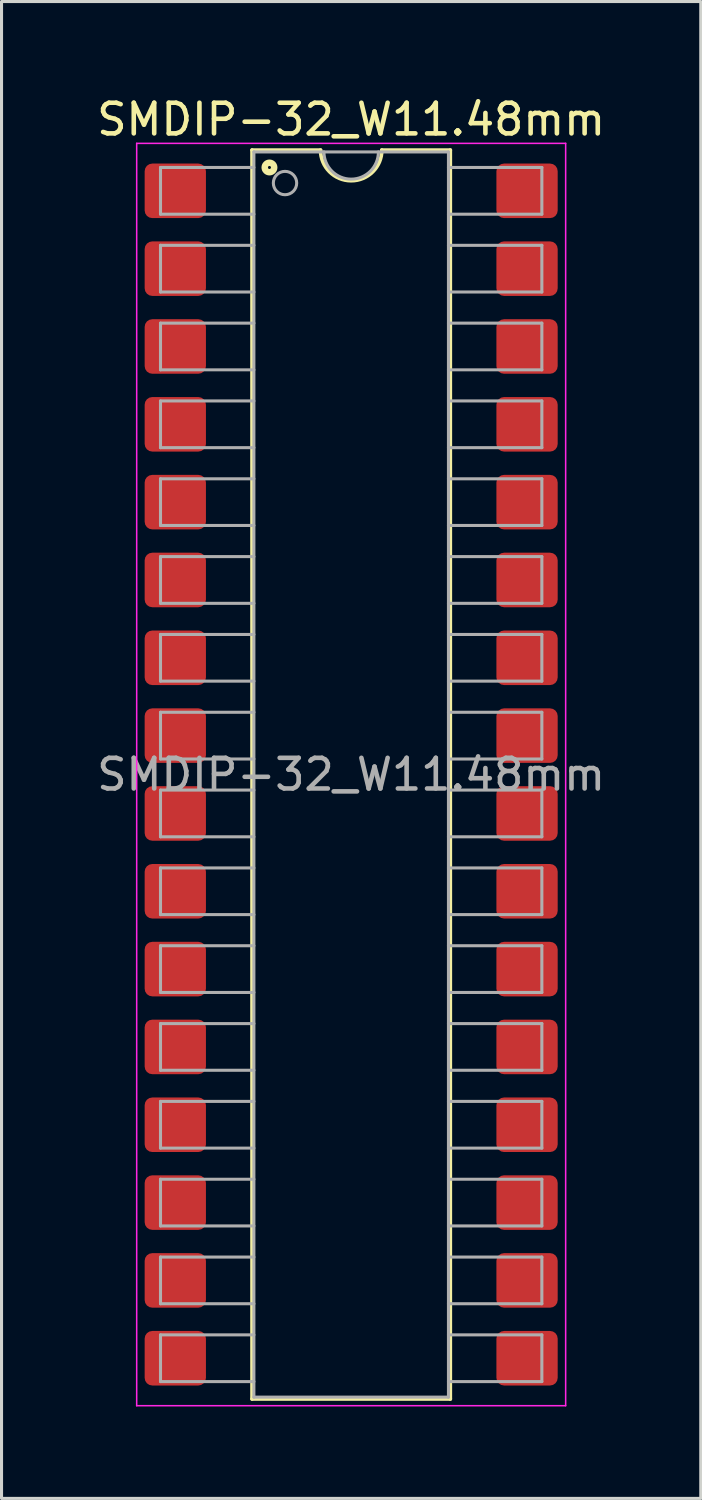
<source format=kicad_pcb>
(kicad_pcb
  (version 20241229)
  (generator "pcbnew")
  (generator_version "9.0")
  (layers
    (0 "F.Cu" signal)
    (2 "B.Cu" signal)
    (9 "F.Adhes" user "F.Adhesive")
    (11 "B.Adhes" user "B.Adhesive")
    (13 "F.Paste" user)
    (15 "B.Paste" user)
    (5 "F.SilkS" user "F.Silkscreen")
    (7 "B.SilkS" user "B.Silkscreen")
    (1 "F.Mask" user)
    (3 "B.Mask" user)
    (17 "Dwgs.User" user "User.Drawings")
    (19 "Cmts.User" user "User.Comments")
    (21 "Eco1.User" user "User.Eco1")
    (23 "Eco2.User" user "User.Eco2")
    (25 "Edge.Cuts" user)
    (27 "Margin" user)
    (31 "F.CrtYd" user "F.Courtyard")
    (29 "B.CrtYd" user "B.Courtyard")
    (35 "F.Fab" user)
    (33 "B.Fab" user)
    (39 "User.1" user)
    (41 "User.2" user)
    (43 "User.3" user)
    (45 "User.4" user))
  (footprint "SMDIP-32_W11.48mm"
    (layer "F.Cu")
    (at 8.411 22.228)
    (property "Reference" "SMDIP-32_W11.48mm" (at 0 -21.38 0) (layer "F.SilkS") (effects (font (size 1 1) (thickness 0.15))))
    (attr smd)
    (fp_line (start -3.235 -20.38) (end -3.235 20.38) (stroke (width 0.12) (type solid)) (layer "F.SilkS"))
    (fp_line (start -3.235 20.38) (end 3.235 20.38) (stroke (width 0.12) (type solid)) (layer "F.SilkS"))
    (fp_line (start -1 -20.38) (end -3.235 -20.38) (stroke (width 0.12) (type solid)) (layer "F.SilkS"))
    (fp_line (start 3.235 -20.38) (end 1 -20.38) (stroke (width 0.12) (type solid)) (layer "F.SilkS"))
    (fp_line (start 3.235 20.38) (end 3.235 -20.38) (stroke (width 0.12) (type solid)) (layer "F.SilkS"))
    (fp_arc (start 1 -20.38) (mid 0 -19.38) (end -1 -20.38) (stroke (width 0.12) (type solid)) (layer "F.SilkS"))
    (fp_circle (center -2.667 -19.812) (end -2.617 -19.812) (stroke (width 0.12) (type solid)) (fill no) (layer "F.SilkS"))
    (fp_circle (center -2.667 -19.812) (end -2.542 -19.812) (stroke (width 0.12) (type solid)) (fill no) (layer "F.SilkS"))
    (fp_circle (center -2.667 -19.812) (end -2.467 -19.812) (stroke (width 0.12) (type solid)) (fill no) (layer "F.SilkS"))
    (fp_line (start -7 -20.6) (end -7 20.6) (stroke (width 0.05) (type solid)) (layer "F.CrtYd"))
    (fp_line (start -7 20.6) (end 7 20.6) (stroke (width 0.05) (type solid)) (layer "F.CrtYd"))
    (fp_line (start 7 -20.6) (end -7 -20.6) (stroke (width 0.05) (type solid)) (layer "F.CrtYd"))
    (fp_line (start 7 20.6) (end 7 -20.6) (stroke (width 0.05) (type solid)) (layer "F.CrtYd"))
    (fp_line (start -6.223 -19.812) (end -6.223 -18.288) (stroke (width 0.1) (type solid)) (layer "F.Fab"))
    (fp_line (start -6.223 -19.812) (end -3.175 -19.812) (stroke (width 0.1) (type solid)) (layer "F.Fab"))
    (fp_line (start -6.223 -18.288) (end -3.175 -18.288) (stroke (width 0.1) (type solid)) (layer "F.Fab"))
    (fp_line (start -6.223 -17.272) (end -6.223 -15.748) (stroke (width 0.1) (type solid)) (layer "F.Fab"))
    (fp_line (start -6.223 -17.272) (end -3.175 -17.272) (stroke (width 0.1) (type solid)) (layer "F.Fab"))
    (fp_line (start -6.223 -15.748) (end -3.175 -15.748) (stroke (width 0.1) (type solid)) (layer "F.Fab"))
    (fp_line (start -6.223 -14.732) (end -6.223 -13.208) (stroke (width 0.1) (type solid)) (layer "F.Fab"))
    (fp_line (start -6.223 -14.732) (end -3.175 -14.732) (stroke (width 0.1) (type solid)) (layer "F.Fab"))
    (fp_line (start -6.223 -13.208) (end -3.175 -13.208) (stroke (width 0.1) (type solid)) (layer "F.Fab"))
    (fp_line (start -6.223 -12.192) (end -6.223 -10.668) (stroke (width 0.1) (type solid)) (layer "F.Fab"))
    (fp_line (start -6.223 -12.192) (end -3.175 -12.192) (stroke (width 0.1) (type solid)) (layer "F.Fab"))
    (fp_line (start -6.223 -10.668) (end -3.175 -10.668) (stroke (width 0.1) (type solid)) (layer "F.Fab"))
    (fp_line (start -6.223 -9.652) (end -6.223 -8.128) (stroke (width 0.1) (type solid)) (layer "F.Fab"))
    (fp_line (start -6.223 -9.652) (end -3.175 -9.652) (stroke (width 0.1) (type solid)) (layer "F.Fab"))
    (fp_line (start -6.223 -8.128) (end -3.175 -8.128) (stroke (width 0.1) (type solid)) (layer "F.Fab"))
    (fp_line (start -6.223 -7.112) (end -6.223 -5.588) (stroke (width 0.1) (type solid)) (layer "F.Fab"))
    (fp_line (start -6.223 -7.112) (end -3.175 -7.112) (stroke (width 0.1) (type solid)) (layer "F.Fab"))
    (fp_line (start -6.223 -5.588) (end -3.175 -5.588) (stroke (width 0.1) (type solid)) (layer "F.Fab"))
    (fp_line (start -6.223 -4.572) (end -6.223 -3.048) (stroke (width 0.1) (type solid)) (layer "F.Fab"))
    (fp_line (start -6.223 -4.572) (end -3.175 -4.572) (stroke (width 0.1) (type solid)) (layer "F.Fab"))
    (fp_line (start -6.223 -3.048) (end -3.175 -3.048) (stroke (width 0.1) (type solid)) (layer "F.Fab"))
    (fp_line (start -6.223 -2.032) (end -6.223 -0.508) (stroke (width 0.1) (type solid)) (layer "F.Fab"))
    (fp_line (start -6.223 -2.032) (end -3.175 -2.032) (stroke (width 0.1) (type solid)) (layer "F.Fab"))
    (fp_line (start -6.223 -0.508) (end -3.175 -0.508) (stroke (width 0.1) (type solid)) (layer "F.Fab"))
    (fp_line (start -6.223 0.508) (end -6.223 2.032) (stroke (width 0.1) (type solid)) (layer "F.Fab"))
    (fp_line (start -6.223 0.508) (end -3.175 0.508) (stroke (width 0.1) (type solid)) (layer "F.Fab"))
    (fp_line (start -6.223 2.032) (end -3.175 2.032) (stroke (width 0.1) (type solid)) (layer "F.Fab"))
    (fp_line (start -6.223 3.048) (end -6.223 4.572) (stroke (width 0.1) (type solid)) (layer "F.Fab"))
    (fp_line (start -6.223 3.048) (end -3.175 3.048) (stroke (width 0.1) (type solid)) (layer "F.Fab"))
    (fp_line (start -6.223 4.572) (end -3.175 4.572) (stroke (width 0.1) (type solid)) (layer "F.Fab"))
    (fp_line (start -6.223 5.588) (end -6.223 7.112) (stroke (width 0.1) (type solid)) (layer "F.Fab"))
    (fp_line (start -6.223 5.588) (end -3.175 5.588) (stroke (width 0.1) (type solid)) (layer "F.Fab"))
    (fp_line (start -6.223 7.112) (end -3.175 7.112) (stroke (width 0.1) (type solid)) (layer "F.Fab"))
    (fp_line (start -6.223 8.128) (end -6.223 9.652) (stroke (width 0.1) (type solid)) (layer "F.Fab"))
    (fp_line (start -6.223 8.128) (end -3.175 8.128) (stroke (width 0.1) (type solid)) (layer "F.Fab"))
    (fp_line (start -6.223 9.652) (end -3.175 9.652) (stroke (width 0.1) (type solid)) (layer "F.Fab"))
    (fp_line (start -6.223 10.668) (end -6.223 12.192) (stroke (width 0.1) (type solid)) (layer "F.Fab"))
    (fp_line (start -6.223 10.668) (end -3.175 10.668) (stroke (width 0.1) (type solid)) (layer "F.Fab"))
    (fp_line (start -6.223 12.192) (end -3.175 12.192) (stroke (width 0.1) (type solid)) (layer "F.Fab"))
    (fp_line (start -6.223 13.208) (end -6.223 14.732) (stroke (width 0.1) (type solid)) (layer "F.Fab"))
    (fp_line (start -6.223 13.208) (end -3.175 13.208) (stroke (width 0.1) (type solid)) (layer "F.Fab"))
    (fp_line (start -6.223 14.732) (end -3.175 14.732) (stroke (width 0.1) (type solid)) (layer "F.Fab"))
    (fp_line (start -6.223 15.748) (end -6.223 17.272) (stroke (width 0.1) (type solid)) (layer "F.Fab"))
    (fp_line (start -6.223 15.748) (end -3.175 15.748) (stroke (width 0.1) (type solid)) (layer "F.Fab"))
    (fp_line (start -6.223 17.272) (end -3.175 17.272) (stroke (width 0.1) (type solid)) (layer "F.Fab"))
    (fp_line (start -6.223 18.288) (end -6.223 19.812) (stroke (width 0.1) (type solid)) (layer "F.Fab"))
    (fp_line (start -6.223 18.288) (end -3.175 18.288) (stroke (width 0.1) (type solid)) (layer "F.Fab"))
    (fp_line (start -6.223 19.812) (end -3.175 19.812) (stroke (width 0.1) (type solid)) (layer "F.Fab"))
    (fp_line (start -3.175 -20.32) (end 3.175 -20.32) (stroke (width 0.1) (type solid)) (layer "F.Fab"))
    (fp_line (start -3.175 20.32) (end -3.175 -20.32) (stroke (width 0.1) (type solid)) (layer "F.Fab"))
    (fp_line (start 3.175 -20.32) (end 3.175 20.32) (stroke (width 0.1) (type solid)) (layer "F.Fab"))
    (fp_line (start 3.175 20.32) (end -3.175 20.32) (stroke (width 0.1) (type solid)) (layer "F.Fab"))
    (fp_line (start 6.223 -19.812) (end 3.175 -19.812) (stroke (width 0.1) (type solid)) (layer "F.Fab"))
    (fp_line (start 6.223 -18.288) (end 3.175 -18.288) (stroke (width 0.1) (type solid)) (layer "F.Fab"))
    (fp_line (start 6.223 -18.288) (end 6.223 -19.812) (stroke (width 0.1) (type solid)) (layer "F.Fab"))
    (fp_line (start 6.223 -17.272) (end 3.175 -17.272) (stroke (width 0.1) (type solid)) (layer "F.Fab"))
    (fp_line (start 6.223 -15.748) (end 3.175 -15.748) (stroke (width 0.1) (type solid)) (layer "F.Fab"))
    (fp_line (start 6.223 -15.748) (end 6.223 -17.272) (stroke (width 0.1) (type solid)) (layer "F.Fab"))
    (fp_line (start 6.223 -14.732) (end 3.175 -14.732) (stroke (width 0.1) (type solid)) (layer "F.Fab"))
    (fp_line (start 6.223 -13.208) (end 3.175 -13.208) (stroke (width 0.1) (type solid)) (layer "F.Fab"))
    (fp_line (start 6.223 -13.208) (end 6.223 -14.732) (stroke (width 0.1) (type solid)) (layer "F.Fab"))
    (fp_line (start 6.223 -12.192) (end 3.175 -12.192) (stroke (width 0.1) (type solid)) (layer "F.Fab"))
    (fp_line (start 6.223 -10.668) (end 3.175 -10.668) (stroke (width 0.1) (type solid)) (layer "F.Fab"))
    (fp_line (start 6.223 -10.668) (end 6.223 -12.192) (stroke (width 0.1) (type solid)) (layer "F.Fab"))
    (fp_line (start 6.223 -9.652) (end 3.175 -9.652) (stroke (width 0.1) (type solid)) (layer "F.Fab"))
    (fp_line (start 6.223 -8.128) (end 3.175 -8.128) (stroke (width 0.1) (type solid)) (layer "F.Fab"))
    (fp_line (start 6.223 -8.128) (end 6.223 -9.652) (stroke (width 0.1) (type solid)) (layer "F.Fab"))
    (fp_line (start 6.223 -7.112) (end 3.175 -7.112) (stroke (width 0.1) (type solid)) (layer "F.Fab"))
    (fp_line (start 6.223 -5.588) (end 3.175 -5.588) (stroke (width 0.1) (type solid)) (layer "F.Fab"))
    (fp_line (start 6.223 -5.588) (end 6.223 -7.112) (stroke (width 0.1) (type solid)) (layer "F.Fab"))
    (fp_line (start 6.223 -4.572) (end 3.175 -4.572) (stroke (width 0.1) (type solid)) (layer "F.Fab"))
    (fp_line (start 6.223 -3.048) (end 3.175 -3.048) (stroke (width 0.1) (type solid)) (layer "F.Fab"))
    (fp_line (start 6.223 -3.048) (end 6.223 -4.572) (stroke (width 0.1) (type solid)) (layer "F.Fab"))
    (fp_line (start 6.223 -2.032) (end 3.175 -2.032) (stroke (width 0.1) (type solid)) (layer "F.Fab"))
    (fp_line (start 6.223 -0.508) (end 3.175 -0.508) (stroke (width 0.1) (type solid)) (layer "F.Fab"))
    (fp_line (start 6.223 -0.508) (end 6.223 -2.032) (stroke (width 0.1) (type solid)) (layer "F.Fab"))
    (fp_line (start 6.223 0.508) (end 3.175 0.508) (stroke (width 0.1) (type solid)) (layer "F.Fab"))
    (fp_line (start 6.223 2.032) (end 3.175 2.032) (stroke (width 0.1) (type solid)) (layer "F.Fab"))
    (fp_line (start 6.223 2.032) (end 6.223 0.508) (stroke (width 0.1) (type solid)) (layer "F.Fab"))
    (fp_line (start 6.223 3.048) (end 3.175 3.048) (stroke (width 0.1) (type solid)) (layer "F.Fab"))
    (fp_line (start 6.223 4.572) (end 3.175 4.572) (stroke (width 0.1) (type solid)) (layer "F.Fab"))
    (fp_line (start 6.223 4.572) (end 6.223 3.048) (stroke (width 0.1) (type solid)) (layer "F.Fab"))
    (fp_line (start 6.223 5.588) (end 3.175 5.588) (stroke (width 0.1) (type solid)) (layer "F.Fab"))
    (fp_line (start 6.223 7.112) (end 3.175 7.112) (stroke (width 0.1) (type solid)) (layer "F.Fab"))
    (fp_line (start 6.223 7.112) (end 6.223 5.588) (stroke (width 0.1) (type solid)) (layer "F.Fab"))
    (fp_line (start 6.223 8.128) (end 3.175 8.128) (stroke (width 0.1) (type solid)) (layer "F.Fab"))
    (fp_line (start 6.223 9.652) (end 3.175 9.652) (stroke (width 0.1) (type solid)) (layer "F.Fab"))
    (fp_line (start 6.223 9.652) (end 6.223 8.128) (stroke (width 0.1) (type solid)) (layer "F.Fab"))
    (fp_line (start 6.223 10.668) (end 3.175 10.668) (stroke (width 0.1) (type solid)) (layer "F.Fab"))
    (fp_line (start 6.223 12.192) (end 3.175 12.192) (stroke (width 0.1) (type solid)) (layer "F.Fab"))
    (fp_line (start 6.223 12.192) (end 6.223 10.668) (stroke (width 0.1) (type solid)) (layer "F.Fab"))
    (fp_line (start 6.223 13.208) (end 3.175 13.208) (stroke (width 0.1) (type solid)) (layer "F.Fab"))
    (fp_line (start 6.223 14.732) (end 3.175 14.732) (stroke (width 0.1) (type solid)) (layer "F.Fab"))
    (fp_line (start 6.223 14.732) (end 6.223 13.208) (stroke (width 0.1) (type solid)) (layer "F.Fab"))
    (fp_line (start 6.223 15.748) (end 3.175 15.748) (stroke (width 0.1) (type solid)) (layer "F.Fab"))
    (fp_line (start 6.223 17.272) (end 3.175 17.272) (stroke (width 0.1) (type solid)) (layer "F.Fab"))
    (fp_line (start 6.223 17.272) (end 6.223 15.748) (stroke (width 0.1) (type solid)) (layer "F.Fab"))
    (fp_line (start 6.223 18.288) (end 3.175 18.288) (stroke (width 0.1) (type solid)) (layer "F.Fab"))
    (fp_line (start 6.223 19.812) (end 3.175 19.812) (stroke (width 0.1) (type solid)) (layer "F.Fab"))
    (fp_line (start 6.223 19.812) (end 6.223 18.288) (stroke (width 0.1) (type solid)) (layer "F.Fab"))
    (fp_arc (start 0.889 -20.32) (mid 0 -19.431) (end -0.889 -20.32) (stroke (width 0.1) (type solid)) (layer "F.Fab"))
    (fp_circle (center -2.159 -19.304) (end -1.778 -19.304) (stroke (width 0.1) (type solid)) (fill no) (layer "F.Fab"))
    (fp_text user "${REFERENCE}" (at 0 0 0) (layer "F.Fab") (effects (font (size 1 1) (thickness 0.15))))
    (pad "1" smd roundrect (at -5.74 -19.05) (size 2 1.78) (layers "F.Cu" "F.Mask" "F.Paste") (roundrect_rratio 0.14))
    (pad "2" smd roundrect (at -5.74 -16.51) (size 2 1.78) (layers "F.Cu" "F.Mask" "F.Paste") (roundrect_rratio 0.14))
    (pad "3" smd roundrect (at -5.74 -13.97) (size 2 1.78) (layers "F.Cu" "F.Mask" "F.Paste") (roundrect_rratio 0.14))
    (pad "4" smd roundrect (at -5.74 -11.43) (size 2 1.78) (layers "F.Cu" "F.Mask" "F.Paste") (roundrect_rratio 0.14))
    (pad "5" smd roundrect (at -5.74 -8.89) (size 2 1.78) (layers "F.Cu" "F.Mask" "F.Paste") (roundrect_rratio 0.14))
    (pad "6" smd roundrect (at -5.74 -6.35) (size 2 1.78) (layers "F.Cu" "F.Mask" "F.Paste") (roundrect_rratio 0.14))
    (pad "7" smd roundrect (at -5.74 -3.81) (size 2 1.78) (layers "F.Cu" "F.Mask" "F.Paste") (roundrect_rratio 0.14))
    (pad "8" smd roundrect (at -5.74 -1.27) (size 2 1.78) (layers "F.Cu" "F.Mask" "F.Paste") (roundrect_rratio 0.14))
    (pad "9" smd roundrect (at -5.74 1.27) (size 2 1.78) (layers "F.Cu" "F.Mask" "F.Paste") (roundrect_rratio 0.14))
    (pad "10" smd roundrect (at -5.74 3.81) (size 2 1.78) (layers "F.Cu" "F.Mask" "F.Paste") (roundrect_rratio 0.14))
    (pad "11" smd roundrect (at -5.74 6.35) (size 2 1.78) (layers "F.Cu" "F.Mask" "F.Paste") (roundrect_rratio 0.14))
    (pad "12" smd roundrect (at -5.74 8.89) (size 2 1.78) (layers "F.Cu" "F.Mask" "F.Paste") (roundrect_rratio 0.14))
    (pad "13" smd roundrect (at -5.74 11.43) (size 2 1.78) (layers "F.Cu" "F.Mask" "F.Paste") (roundrect_rratio 0.14))
    (pad "14" smd roundrect (at -5.74 13.97) (size 2 1.78) (layers "F.Cu" "F.Mask" "F.Paste") (roundrect_rratio 0.14))
    (pad "15" smd roundrect (at -5.74 16.51) (size 2 1.78) (layers "F.Cu" "F.Mask" "F.Paste") (roundrect_rratio 0.14))
    (pad "16" smd roundrect (at -5.74 19.05) (size 2 1.78) (layers "F.Cu" "F.Mask" "F.Paste") (roundrect_rratio 0.14))
    (pad "17" smd roundrect (at 5.74 19.05) (size 2 1.78) (layers "F.Cu" "F.Mask" "F.Paste") (roundrect_rratio 0.14))
    (pad "18" smd roundrect (at 5.74 16.51) (size 2 1.78) (layers "F.Cu" "F.Mask" "F.Paste") (roundrect_rratio 0.14))
    (pad "19" smd roundrect (at 5.74 13.97) (size 2 1.78) (layers "F.Cu" "F.Mask" "F.Paste") (roundrect_rratio 0.14))
    (pad "20" smd roundrect (at 5.74 11.43) (size 2 1.78) (layers "F.Cu" "F.Mask" "F.Paste") (roundrect_rratio 0.14))
    (pad "21" smd roundrect (at 5.74 8.89) (size 2 1.78) (layers "F.Cu" "F.Mask" "F.Paste") (roundrect_rratio 0.14))
    (pad "22" smd roundrect (at 5.74 6.35) (size 2 1.78) (layers "F.Cu" "F.Mask" "F.Paste") (roundrect_rratio 0.14))
    (pad "23" smd roundrect (at 5.74 3.81) (size 2 1.78) (layers "F.Cu" "F.Mask" "F.Paste") (roundrect_rratio 0.14))
    (pad "24" smd roundrect (at 5.74 1.27) (size 2 1.78) (layers "F.Cu" "F.Mask" "F.Paste") (roundrect_rratio 0.14))
    (pad "25" smd roundrect (at 5.74 -1.27) (size 2 1.78) (layers "F.Cu" "F.Mask" "F.Paste") (roundrect_rratio 0.14))
    (pad "26" smd roundrect (at 5.74 -3.81) (size 2 1.78) (layers "F.Cu" "F.Mask" "F.Paste") (roundrect_rratio 0.14))
    (pad "27" smd roundrect (at 5.74 -6.35) (size 2 1.78) (layers "F.Cu" "F.Mask" "F.Paste") (roundrect_rratio 0.14))
    (pad "28" smd roundrect (at 5.74 -8.89) (size 2 1.78) (layers "F.Cu" "F.Mask" "F.Paste") (roundrect_rratio 0.14))
    (pad "29" smd roundrect (at 5.74 -11.43) (size 2 1.78) (layers "F.Cu" "F.Mask" "F.Paste") (roundrect_rratio 0.14))
    (pad "30" smd roundrect (at 5.74 -13.97) (size 2 1.78) (layers "F.Cu" "F.Mask" "F.Paste") (roundrect_rratio 0.14))
    (pad "31" smd roundrect (at 5.74 -16.51) (size 2 1.78) (layers "F.Cu" "F.Mask" "F.Paste") (roundrect_rratio 0.14))
    (pad "32" smd roundrect (at 5.74 -19.05) (size 2 1.78) (layers "F.Cu" "F.Mask" "F.Paste") (roundrect_rratio 0.14)))
  (gr_rect
    (start -3 -3)
    (end 19.821 45.853)
    (stroke (width 0.1) (type default))
    (fill no)
    (layer "Edge.Cuts")))
</source>
